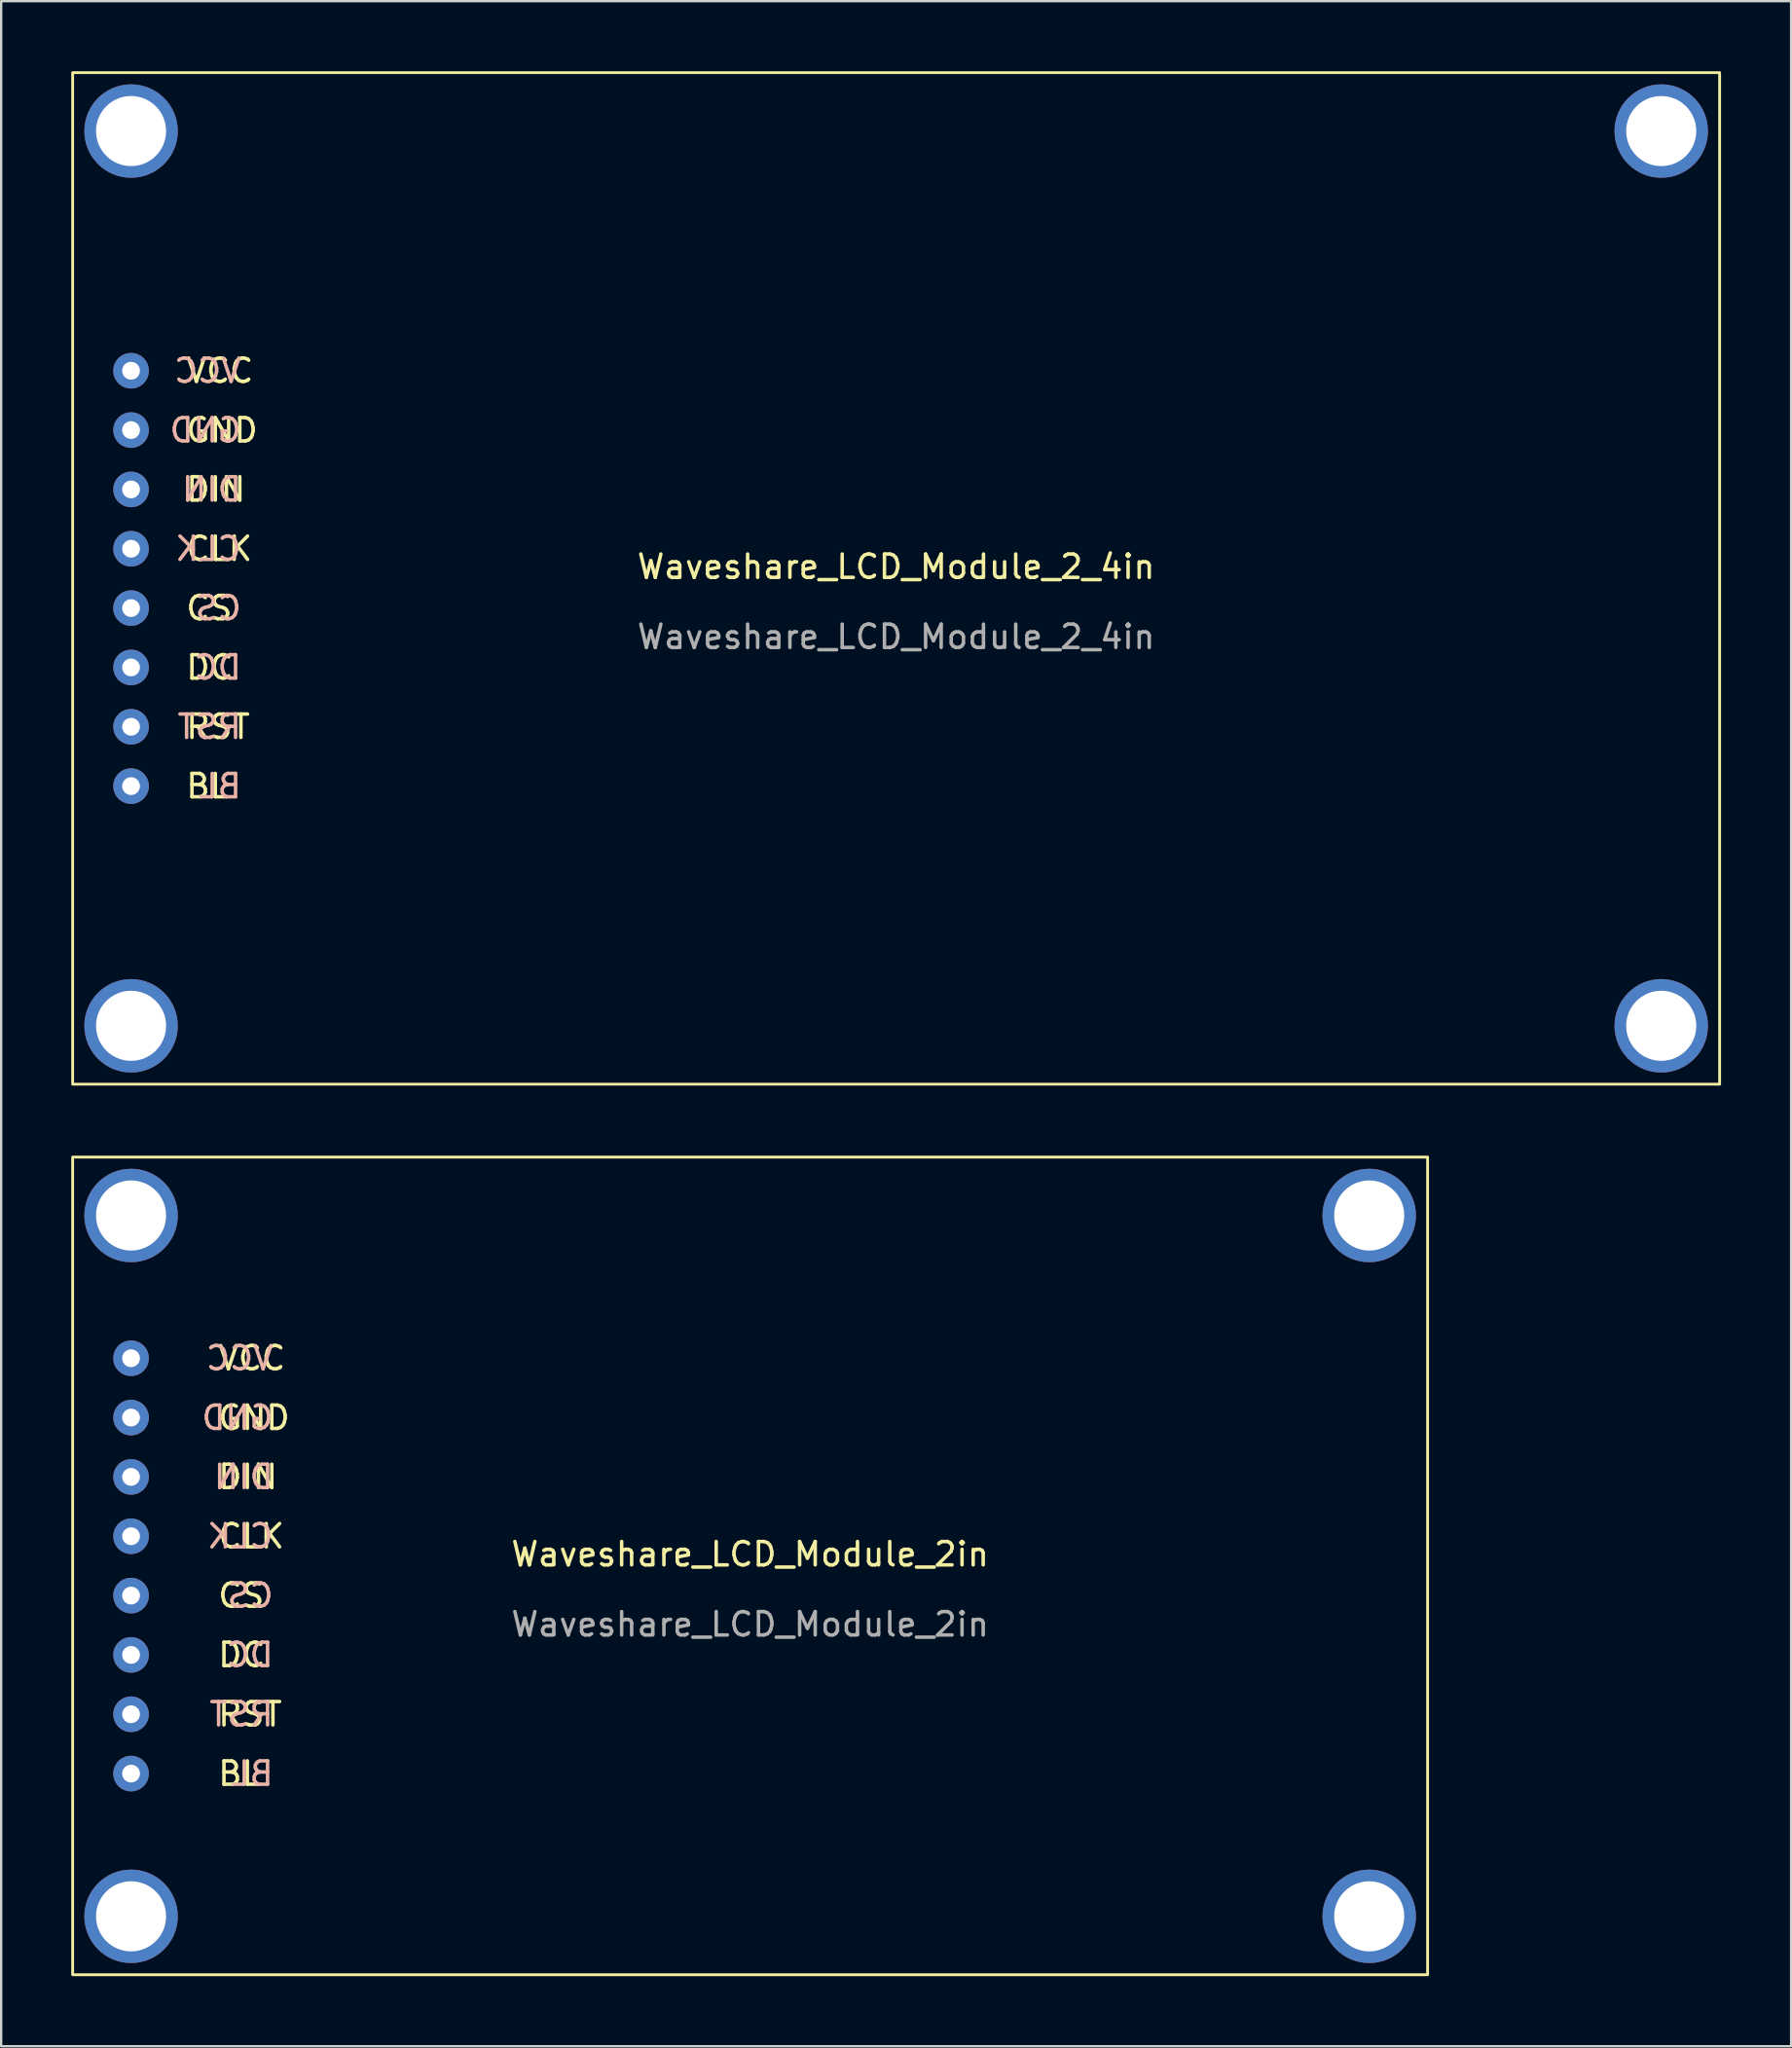
<source format=kicad_pcb>
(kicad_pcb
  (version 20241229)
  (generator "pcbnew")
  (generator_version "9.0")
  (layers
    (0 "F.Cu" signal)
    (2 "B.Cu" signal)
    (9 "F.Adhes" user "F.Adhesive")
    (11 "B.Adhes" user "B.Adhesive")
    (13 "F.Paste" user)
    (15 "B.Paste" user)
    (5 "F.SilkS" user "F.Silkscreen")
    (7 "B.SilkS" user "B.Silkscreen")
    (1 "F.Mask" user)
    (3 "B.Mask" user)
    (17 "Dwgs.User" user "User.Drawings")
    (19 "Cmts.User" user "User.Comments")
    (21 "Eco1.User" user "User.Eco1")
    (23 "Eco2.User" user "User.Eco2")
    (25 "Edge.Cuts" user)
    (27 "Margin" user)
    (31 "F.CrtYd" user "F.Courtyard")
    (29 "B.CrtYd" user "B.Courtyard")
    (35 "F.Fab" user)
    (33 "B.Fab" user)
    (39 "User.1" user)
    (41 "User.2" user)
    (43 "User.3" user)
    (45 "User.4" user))
  (footprint "Waveshare_LCD_Module_2in"
    (layer "F.Cu")
    (at 29.06 63.98)
    (property "Reference" "Waveshare_LCD_Module_2in" (at 0 -0.5 0) (unlocked yes) (layer "F.SilkS") (effects (font (size 1 1) (thickness 0.15))))
    (attr through_hole)
    (fp_rect (start -29 -17.5) (end 29 17.5) (stroke (width 0.12) (type solid)) (fill no) (layer "F.SilkS"))
    (fp_text user "DC" (at -22.86 3.81 0) (unlocked yes) (layer "F.SilkS") (effects (font (size 1 1) (thickness 0.15)) (justify left)))
    (fp_text user "CLK" (at -22.86 -1.27 0) (unlocked yes) (layer "F.SilkS") (effects (font (size 1 1) (thickness 0.15)) (justify left)))
    (fp_text user "VCC" (at -22.86 -8.89 0) (unlocked yes) (layer "F.SilkS") (effects (font (size 1 1) (thickness 0.15)) (justify left)))
    (fp_text user "RST" (at -22.86 6.35 0) (unlocked yes) (layer "F.SilkS") (effects (font (size 1 1) (thickness 0.15)) (justify left)))
    (fp_text user "BL" (at -22.86 8.89 0) (unlocked yes) (layer "F.SilkS") (effects (font (size 1 1) (thickness 0.15)) (justify left)))
    (fp_text user "GND" (at -22.86 -6.34 0) (unlocked yes) (layer "F.SilkS") (effects (font (size 1 1) (thickness 0.15)) (justify left)))
    (fp_text user "DIN" (at -22.86 -3.81 0) (unlocked yes) (layer "F.SilkS") (effects (font (size 1 1) (thickness 0.15)) (justify left)))
    (fp_text user "CS" (at -22.86 1.27 0) (unlocked yes) (layer "F.SilkS") (effects (font (size 1 1) (thickness 0.15)) (justify left)))
    (fp_text user "CLK" (at -20.32 -1.27 0) (unlocked yes) (layer "B.SilkS") (effects (font (size 1 1) (thickness 0.15)) (justify left mirror)))
    (fp_text user "VCC" (at -20.32 -8.89 0) (unlocked yes) (layer "B.SilkS") (effects (font (size 1 1) (thickness 0.15)) (justify left mirror)))
    (fp_text user "GND" (at -20.32 -6.34 0) (unlocked yes) (layer "B.SilkS") (effects (font (size 1 1) (thickness 0.15)) (justify left mirror)))
    (fp_text user "DIN" (at -20.32 -3.81 0) (unlocked yes) (layer "B.SilkS") (effects (font (size 1 1) (thickness 0.15)) (justify left mirror)))
    (fp_text user "RST" (at -20.32 6.35 0) (unlocked yes) (layer "B.SilkS") (effects (font (size 1 1) (thickness 0.15)) (justify left mirror)))
    (fp_text user "DC" (at -20.32 3.81 0) (unlocked yes) (layer "B.SilkS") (effects (font (size 1 1) (thickness 0.15)) (justify left mirror)))
    (fp_text user "BL" (at -20.32 8.89 0) (unlocked yes) (layer "B.SilkS") (effects (font (size 1 1) (thickness 0.15)) (justify left mirror)))
    (fp_text user "CS" (at -20.32 1.27 0) (unlocked yes) (layer "B.SilkS") (effects (font (size 1 1) (thickness 0.15)) (justify left mirror)))
    (fp_text user "${REFERENCE}" (at 0 2.5 0) (unlocked yes) (layer "F.Fab") (effects (font (size 1 1) (thickness 0.15))))
    (pad "0" thru_hole circle (at -26.5 -15) (size 4 4) (drill 3) (layers "*.Cu" "*.Mask"))
    (pad "0" thru_hole circle (at -26.5 15) (size 4 4) (drill 3) (layers "*.Cu" "*.Mask"))
    (pad "0" thru_hole circle (at 26.5 -15) (size 4 4) (drill 3) (layers "*.Cu" "*.Mask"))
    (pad "0" thru_hole circle (at 26.5 15) (size 4 4) (drill 3) (layers "*.Cu" "*.Mask"))
    (pad "1" thru_hole circle (at -26.5 -8.89) (size 1.524 1.524) (drill 0.762) (layers "*.Cu" "*.Mask"))
    (pad "2" thru_hole circle (at -26.5 -6.35) (size 1.524 1.524) (drill 0.762) (layers "*.Cu" "*.Mask"))
    (pad "3" thru_hole circle (at -26.5 -3.81) (size 1.524 1.524) (drill 0.762) (layers "*.Cu" "*.Mask"))
    (pad "4" thru_hole circle (at -26.5 -1.27) (size 1.524 1.524) (drill 0.762) (layers "*.Cu" "*.Mask"))
    (pad "5" thru_hole circle (at -26.5 1.27) (size 1.524 1.524) (drill 0.762) (layers "*.Cu" "*.Mask"))
    (pad "6" thru_hole circle (at -26.5 3.81) (size 1.524 1.524) (drill 0.762) (layers "*.Cu" "*.Mask"))
    (pad "7" thru_hole circle (at -26.5 6.35) (size 1.524 1.524) (drill 0.762) (layers "*.Cu" "*.Mask"))
    (pad "8" thru_hole circle (at -26.5 8.89) (size 1.524 1.524) (drill 0.762) (layers "*.Cu" "*.Mask")))
  (footprint "Waveshare_LCD_Module_2_4in"
    (layer "F.Cu")
    (at 35.31 21.71)
    (property "Reference" "Waveshare_LCD_Module_2_4in" (at 0 -0.5 0) (unlocked yes) (layer "F.SilkS") (effects (font (size 1 1) (thickness 0.15))))
    (attr through_hole)
    (fp_rect (start -35.25 -21.65) (end 35.25 21.65) (stroke (width 0.12) (type solid)) (fill no) (layer "F.SilkS"))
    (fp_text user "CLK" (at -30.48 -1.27 0) (unlocked yes) (layer "F.SilkS") (effects (font (size 1 1) (thickness 0.15)) (justify left)))
    (fp_text user "CS" (at -30.48 1.27 0) (unlocked yes) (layer "F.SilkS") (effects (font (size 1 1) (thickness 0.15)) (justify left)))
    (fp_text user "BL" (at -30.48 8.89 0) (unlocked yes) (layer "F.SilkS") (effects (font (size 1 1) (thickness 0.15)) (justify left)))
    (fp_text user "RST" (at -30.48 6.35 0) (unlocked yes) (layer "F.SilkS") (effects (font (size 1 1) (thickness 0.15)) (justify left)))
    (fp_text user "GND" (at -30.48 -6.34 0) (unlocked yes) (layer "F.SilkS") (effects (font (size 1 1) (thickness 0.15)) (justify left)))
    (fp_text user "VCC" (at -30.48 -8.89 0) (unlocked yes) (layer "F.SilkS") (effects (font (size 1 1) (thickness 0.15)) (justify left)))
    (fp_text user "DC" (at -30.48 3.81 0) (unlocked yes) (layer "F.SilkS") (effects (font (size 1 1) (thickness 0.15)) (justify left)))
    (fp_text user "DIN" (at -30.48 -3.81 0) (unlocked yes) (layer "F.SilkS") (effects (font (size 1 1) (thickness 0.15)) (justify left)))
    (fp_text user "CLK" (at -27.94 -1.27 0) (unlocked yes) (layer "B.SilkS") (effects (font (size 1 1) (thickness 0.15)) (justify left mirror)))
    (fp_text user "GND" (at -27.94 -6.34 0) (unlocked yes) (layer "B.SilkS") (effects (font (size 1 1) (thickness 0.15)) (justify left mirror)))
    (fp_text user "VCC" (at -27.94 -8.89 0) (unlocked yes) (layer "B.SilkS") (effects (font (size 1 1) (thickness 0.15)) (justify left mirror)))
    (fp_text user "RST" (at -27.94 6.35 0) (unlocked yes) (layer "B.SilkS") (effects (font (size 1 1) (thickness 0.15)) (justify left mirror)))
    (fp_text user "CS" (at -27.94 1.27 0) (unlocked yes) (layer "B.SilkS") (effects (font (size 1 1) (thickness 0.15)) (justify left mirror)))
    (fp_text user "DC" (at -27.94 3.81 0) (unlocked yes) (layer "B.SilkS") (effects (font (size 1 1) (thickness 0.15)) (justify left mirror)))
    (fp_text user "BL" (at -27.94 8.89 0) (unlocked yes) (layer "B.SilkS") (effects (font (size 1 1) (thickness 0.15)) (justify left mirror)))
    (fp_text user "DIN" (at -27.94 -3.81 0) (unlocked yes) (layer "B.SilkS") (effects (font (size 1 1) (thickness 0.15)) (justify left mirror)))
    (fp_text user "${REFERENCE}" (at 0 2.5 0) (unlocked yes) (layer "F.Fab") (effects (font (size 1 1) (thickness 0.15))))
    (pad "0" thru_hole circle (at -32.75 -19.15) (size 4 4) (drill 3) (layers "*.Cu" "*.Mask"))
    (pad "0" thru_hole circle (at -32.75 19.15) (size 4 4) (drill 3) (layers "*.Cu" "*.Mask"))
    (pad "0" thru_hole circle (at 32.75 -19.15) (size 4 4) (drill 3) (layers "*.Cu" "*.Mask"))
    (pad "0" thru_hole circle (at 32.75 19.15) (size 4 4) (drill 3) (layers "*.Cu" "*.Mask"))
    (pad "1" thru_hole circle (at -32.75 -8.89) (size 1.524 1.524) (drill 0.762) (layers "*.Cu" "*.Mask"))
    (pad "2" thru_hole circle (at -32.75 -6.35) (size 1.524 1.524) (drill 0.762) (layers "*.Cu" "*.Mask"))
    (pad "3" thru_hole circle (at -32.75 -3.81) (size 1.524 1.524) (drill 0.762) (layers "*.Cu" "*.Mask"))
    (pad "4" thru_hole circle (at -32.75 -1.27) (size 1.524 1.524) (drill 0.762) (layers "*.Cu" "*.Mask"))
    (pad "5" thru_hole circle (at -32.75 1.27) (size 1.524 1.524) (drill 0.762) (layers "*.Cu" "*.Mask"))
    (pad "6" thru_hole circle (at -32.75 3.81) (size 1.524 1.524) (drill 0.762) (layers "*.Cu" "*.Mask"))
    (pad "7" thru_hole circle (at -32.75 6.35) (size 1.524 1.524) (drill 0.762) (layers "*.Cu" "*.Mask"))
    (pad "8" thru_hole circle (at -32.75 8.89) (size 1.524 1.524) (drill 0.762) (layers "*.Cu" "*.Mask")))
  (gr_rect
    (start -3 -3)
    (end 73.62 84.54)
    (stroke (width 0.1) (type default))
    (fill no)
    (layer "Edge.Cuts")))
</source>
